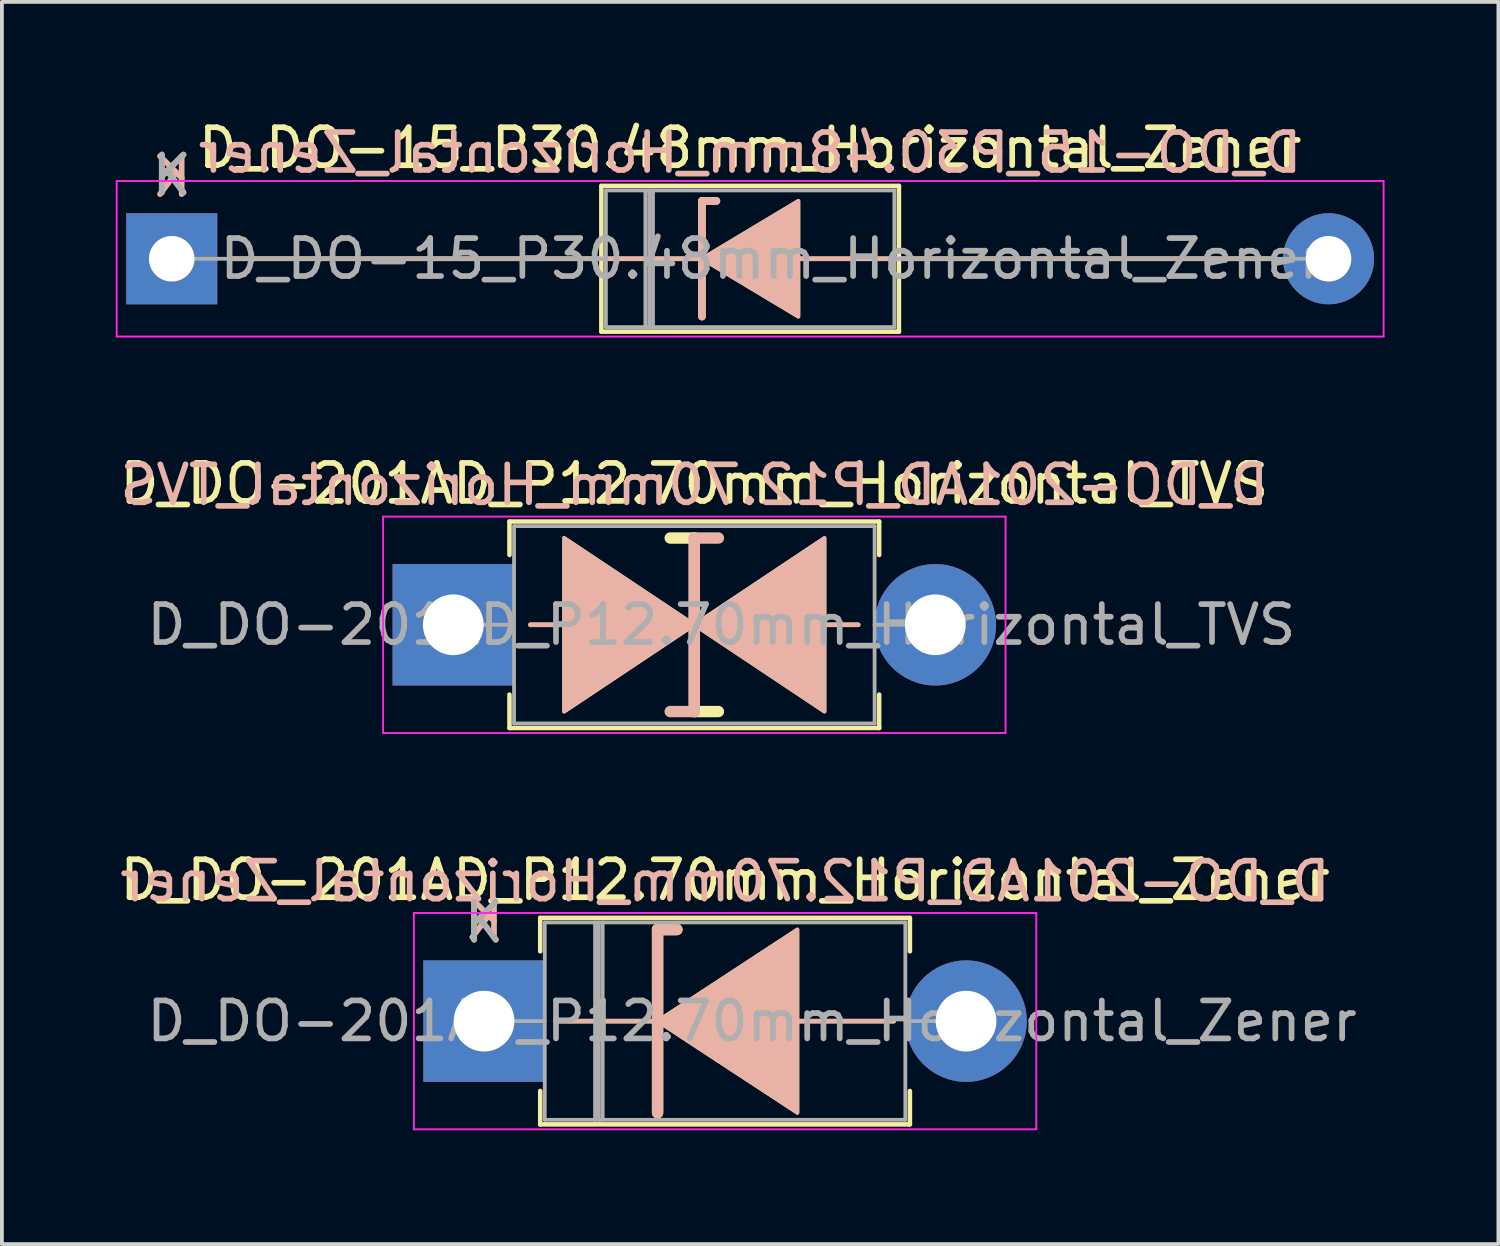
<source format=kicad_pcb>
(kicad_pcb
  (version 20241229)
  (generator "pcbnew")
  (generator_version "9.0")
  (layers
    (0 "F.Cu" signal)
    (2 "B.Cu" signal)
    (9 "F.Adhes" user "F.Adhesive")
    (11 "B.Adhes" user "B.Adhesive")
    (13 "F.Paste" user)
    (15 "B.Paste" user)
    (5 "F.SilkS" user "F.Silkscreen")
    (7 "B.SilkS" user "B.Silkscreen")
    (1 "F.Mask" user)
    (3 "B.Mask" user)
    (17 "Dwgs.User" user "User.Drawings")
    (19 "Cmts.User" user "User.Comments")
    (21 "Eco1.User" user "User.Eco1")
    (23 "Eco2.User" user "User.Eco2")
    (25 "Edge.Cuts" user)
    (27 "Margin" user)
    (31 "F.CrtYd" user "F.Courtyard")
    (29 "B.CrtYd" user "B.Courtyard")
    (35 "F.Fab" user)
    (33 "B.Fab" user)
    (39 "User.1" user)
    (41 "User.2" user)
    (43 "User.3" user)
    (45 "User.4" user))
  (footprint "D_DO-201AD_P12.70mm_Horizontal_TVS"
    (layer "F.Cu")
    (at 8.894 13.412)
    (property "Reference" "D_DO-201AD_P12.70mm_Horizontal_TVS" (at 6.35 -3.72 0) (layer "F.SilkS") (effects (font (size 1 1) (thickness 0.15))))
    (fp_line (start 1.48 -2.72) (end 11.22 -2.72) (stroke (width 0.12) (type solid)) (layer "F.SilkS"))
    (fp_line (start 1.48 -1.84) (end 1.48 -2.72) (stroke (width 0.12) (type solid)) (layer "F.SilkS"))
    (fp_line (start 1.48 1.84) (end 1.48 2.72) (stroke (width 0.12) (type solid)) (layer "F.SilkS"))
    (fp_line (start 1.48 2.72) (end 11.22 2.72) (stroke (width 0.12) (type solid)) (layer "F.SilkS"))
    (fp_line (start 2.032 0) (end 2.921 0) (stroke (width 0.12) (type solid)) (layer "F.SilkS"))
    (fp_line (start 6.35 -2.286) (end 5.715 -2.286) (stroke (width 0.3) (type solid)) (layer "F.SilkS"))
    (fp_line (start 6.35 2.286) (end 6.35 -2.286) (stroke (width 0.3) (type solid)) (layer "F.SilkS"))
    (fp_line (start 6.985 2.286) (end 6.35 2.286) (stroke (width 0.3) (type solid)) (layer "F.SilkS"))
    (fp_line (start 9.779 0) (end 10.668 0) (stroke (width 0.12) (type solid)) (layer "F.SilkS"))
    (fp_line (start 11.22 -2.72) (end 11.22 -1.84) (stroke (width 0.12) (type solid)) (layer "F.SilkS"))
    (fp_line (start 11.22 2.72) (end 11.22 1.84) (stroke (width 0.12) (type solid)) (layer "F.SilkS"))
    (fp_poly (pts (xy 6.35 0) (xy 2.921 2.286) (xy 2.921 -2.286)) (stroke (width 0.1) (type solid)) (fill yes) (layer "F.SilkS"))
    (fp_poly (pts (xy 6.35 0) (xy 9.779 -2.286) (xy 9.779 2.286)) (stroke (width 0.1) (type solid)) (fill yes) (layer "F.SilkS"))
    (fp_line (start 2.032 0) (end 2.921 0) (stroke (width 0.12) (type solid)) (layer "B.SilkS"))
    (fp_line (start 6.35 -2.286) (end 6.35 2.286) (stroke (width 0.3) (type solid)) (layer "B.SilkS"))
    (fp_line (start 6.35 2.286) (end 5.715 2.286) (stroke (width 0.3) (type solid)) (layer "B.SilkS"))
    (fp_line (start 6.985 -2.286) (end 6.35 -2.286) (stroke (width 0.3) (type solid)) (layer "B.SilkS"))
    (fp_line (start 9.779 0) (end 10.668 0) (stroke (width 0.12) (type solid)) (layer "B.SilkS"))
    (fp_poly (pts (xy 6.35 0) (xy 2.921 -2.286) (xy 2.921 2.286)) (stroke (width 0.1) (type solid)) (fill yes) (layer "B.SilkS"))
    (fp_poly (pts (xy 6.35 0) (xy 9.779 2.286) (xy 9.779 -2.286)) (stroke (width 0.1) (type solid)) (fill yes) (layer "B.SilkS"))
    (fp_line (start -1.85 -2.85) (end -1.85 2.85) (stroke (width 0.05) (type solid)) (layer "F.CrtYd"))
    (fp_line (start -1.85 2.85) (end 14.55 2.85) (stroke (width 0.05) (type solid)) (layer "F.CrtYd"))
    (fp_line (start 14.55 -2.85) (end -1.85 -2.85) (stroke (width 0.05) (type solid)) (layer "F.CrtYd"))
    (fp_line (start 14.55 2.85) (end 14.55 -2.85) (stroke (width 0.05) (type solid)) (layer "F.CrtYd"))
    (fp_line (start 0 0) (end 1.6 0) (stroke (width 0.1) (type solid)) (layer "F.Fab"))
    (fp_line (start 1.6 -2.6) (end 1.6 2.6) (stroke (width 0.1) (type solid)) (layer "F.Fab"))
    (fp_line (start 1.6 2.6) (end 11.1 2.6) (stroke (width 0.1) (type solid)) (layer "F.Fab"))
    (fp_line (start 11.1 -2.6) (end 1.6 -2.6) (stroke (width 0.1) (type solid)) (layer "F.Fab"))
    (fp_line (start 11.1 2.6) (end 11.1 -2.6) (stroke (width 0.1) (type solid)) (layer "F.Fab"))
    (fp_line (start 12.7 0) (end 11.1 0) (stroke (width 0.1) (type solid)) (layer "F.Fab"))
    (fp_text user "${REFERENCE}" (at 6.35 -3.683 0) (layer "B.SilkS") (effects (font (size 1 1) (thickness 0.15)) (justify mirror)))
    (fp_text user "${REFERENCE}" (at 7.062 0 0) (layer "F.Fab") (effects (font (size 1 1) (thickness 0.15))))
    (pad "1" thru_hole rect (at 0 0) (size 3.2 3.2) (drill 1.6) (layers "*.Cu" "*.Mask"))
    (pad "2" thru_hole oval (at 12.7 0) (size 3.2 3.2) (drill 1.6) (layers "*.Cu" "*.Mask")))
  (footprint "D_DO-201AD_P12.70mm_Horizontal_Zener"
    (layer "F.Cu")
    (at 9.704 23.855)
    (property "Reference" "D_DO-201AD_P12.70mm_Horizontal_Zener" (at 6.35 -3.72 0) (layer "F.SilkS") (effects (font (size 1 1) (thickness 0.15))))
    (fp_line (start 1.48 -2.72) (end 11.22 -2.72) (stroke (width 0.12) (type solid)) (layer "F.SilkS"))
    (fp_line (start 1.48 -1.84) (end 1.48 -2.72) (stroke (width 0.12) (type solid)) (layer "F.SilkS"))
    (fp_line (start 1.48 1.84) (end 1.48 2.72) (stroke (width 0.12) (type solid)) (layer "F.SilkS"))
    (fp_line (start 1.48 2.72) (end 11.22 2.72) (stroke (width 0.12) (type solid)) (layer "F.SilkS"))
    (fp_line (start 4.445 0) (end 1.905 0) (stroke (width 0.12) (type solid)) (layer "F.SilkS"))
    (fp_line (start 4.572 -2.413) (end 4.572 2.413) (stroke (width 0.3) (type solid)) (layer "F.SilkS"))
    (fp_line (start 4.572 -2.413) (end 5.08 -2.413) (stroke (width 0.3) (type solid)) (layer "F.SilkS"))
    (fp_line (start 8.255 0) (end 10.795 0) (stroke (width 0.12) (type solid)) (layer "F.SilkS"))
    (fp_line (start 11.22 -2.72) (end 11.22 -1.84) (stroke (width 0.12) (type solid)) (layer "F.SilkS"))
    (fp_line (start 11.22 2.72) (end 11.22 1.84) (stroke (width 0.12) (type solid)) (layer "F.SilkS"))
    (fp_poly (pts (xy 8.255 2.413) (xy 4.572 0) (xy 8.255 -2.413)) (stroke (width 0.1) (type solid)) (fill yes) (layer "F.SilkS"))
    (fp_line (start 4.445 0) (end 1.905 0) (stroke (width 0.12) (type solid)) (layer "B.SilkS"))
    (fp_line (start 4.572 -2.413) (end 5.08 -2.413) (stroke (width 0.3) (type solid)) (layer "B.SilkS"))
    (fp_line (start 4.572 2.413) (end 4.572 -2.413) (stroke (width 0.3) (type solid)) (layer "B.SilkS"))
    (fp_line (start 8.255 0) (end 10.795 0) (stroke (width 0.12) (type solid)) (layer "B.SilkS"))
    (fp_poly (pts (xy 8.255 -2.413) (xy 4.572 0) (xy 8.255 2.413)) (stroke (width 0.1) (type solid)) (fill yes) (layer "B.SilkS"))
    (fp_line (start -1.85 -2.85) (end -1.85 2.85) (stroke (width 0.05) (type solid)) (layer "F.CrtYd"))
    (fp_line (start -1.85 2.85) (end 14.55 2.85) (stroke (width 0.05) (type solid)) (layer "F.CrtYd"))
    (fp_line (start 14.55 -2.85) (end -1.85 -2.85) (stroke (width 0.05) (type solid)) (layer "F.CrtYd"))
    (fp_line (start 14.55 2.85) (end 14.55 -2.85) (stroke (width 0.05) (type solid)) (layer "F.CrtYd"))
    (fp_line (start 0 0) (end 1.6 0) (stroke (width 0.1) (type solid)) (layer "F.Fab"))
    (fp_line (start 1.6 -2.6) (end 1.6 2.6) (stroke (width 0.1) (type solid)) (layer "F.Fab"))
    (fp_line (start 1.6 2.6) (end 11.1 2.6) (stroke (width 0.1) (type solid)) (layer "F.Fab"))
    (fp_line (start 2.925 -2.6) (end 2.925 2.6) (stroke (width 0.1) (type solid)) (layer "F.Fab"))
    (fp_line (start 3.025 -2.6) (end 3.025 2.6) (stroke (width 0.1) (type solid)) (layer "F.Fab"))
    (fp_line (start 3.125 -2.6) (end 3.125 2.6) (stroke (width 0.1) (type solid)) (layer "F.Fab"))
    (fp_line (start 11.1 -2.6) (end 1.6 -2.6) (stroke (width 0.1) (type solid)) (layer "F.Fab"))
    (fp_line (start 11.1 2.6) (end 11.1 -2.6) (stroke (width 0.1) (type solid)) (layer "F.Fab"))
    (fp_line (start 12.7 0) (end 11.1 0) (stroke (width 0.1) (type solid)) (layer "F.Fab"))
    (fp_text user "K" (at 0 -2.6 0) (layer "F.SilkS") (effects (font (size 1 1) (thickness 0.15))))
    (fp_text user "K" (at 0 -2.667 0) (layer "B.SilkS") (effects (font (size 1 1) (thickness 0.15)) (justify mirror)))
    (fp_text user "${REFERENCE}" (at 6.35 -3.683 0) (layer "B.SilkS") (effects (font (size 1 1) (thickness 0.15)) (justify mirror)))
    (fp_text user "K" (at 0 -2.6 0) (layer "F.Fab") (effects (font (size 1 1) (thickness 0.15))))
    (fp_text user "${REFERENCE}" (at 7.062 0 0) (layer "F.Fab") (effects (font (size 1 1) (thickness 0.15))))
    (pad "1" thru_hole rect (at 0 0) (size 3.2 3.2) (drill 1.6) (layers "*.Cu" "*.Mask"))
    (pad "2" thru_hole oval (at 12.7 0) (size 3.2 3.2) (drill 1.6) (layers "*.Cu" "*.Mask")))
  (footprint "D_DO-15_P30.48mm_Horizontal_Zener"
    (layer "F.Cu")
    (at 1.475 3.768)
    (property "Reference" "D_DO-15_P30.48mm_Horizontal_Zener" (at 15.24 -2.92 0) (layer "F.SilkS") (effects (font (size 1 1) (thickness 0.15))))
    (fp_line (start 1.524 0) (end 11.32 0) (stroke (width 0.12) (type solid)) (layer "F.SilkS"))
    (fp_line (start 11.32 -1.92) (end 11.32 1.92) (stroke (width 0.12) (type solid)) (layer "F.SilkS"))
    (fp_line (start 11.32 1.92) (end 19.16 1.92) (stroke (width 0.12) (type solid)) (layer "F.SilkS"))
    (fp_line (start 13.97 -1.524) (end 13.97 1.524) (stroke (width 0.2) (type solid)) (layer "F.SilkS"))
    (fp_line (start 13.97 -1.524) (end 14.351 -1.524) (stroke (width 0.2) (type solid)) (layer "F.SilkS"))
    (fp_line (start 13.97 0) (end 11.32 0) (stroke (width 0.12) (type solid)) (layer "F.SilkS"))
    (fp_line (start 19.16 -1.92) (end 11.32 -1.92) (stroke (width 0.12) (type solid)) (layer "F.SilkS"))
    (fp_line (start 19.16 0) (end 16.51 0) (stroke (width 0.12) (type solid)) (layer "F.SilkS"))
    (fp_line (start 19.16 1.92) (end 19.16 -1.92) (stroke (width 0.12) (type solid)) (layer "F.SilkS"))
    (fp_line (start 28.956 0) (end 19.16 0) (stroke (width 0.12) (type solid)) (layer "F.SilkS"))
    (fp_poly (pts (xy 16.51 1.524) (xy 13.97 0) (xy 16.51 -1.524)) (stroke (width 0.1) (type solid)) (fill yes) (layer "F.SilkS"))
    (fp_line (start 1.524 0) (end 11.32 0) (stroke (width 0.12) (type solid)) (layer "B.SilkS"))
    (fp_line (start 13.97 -1.524) (end 14.351 -1.524) (stroke (width 0.2) (type solid)) (layer "B.SilkS"))
    (fp_line (start 13.97 0) (end 11.32 0) (stroke (width 0.12) (type solid)) (layer "B.SilkS"))
    (fp_line (start 13.97 1.524) (end 13.97 -1.524) (stroke (width 0.2) (type solid)) (layer "B.SilkS"))
    (fp_line (start 19.16 0) (end 16.51 0) (stroke (width 0.12) (type solid)) (layer "B.SilkS"))
    (fp_line (start 28.956 0) (end 19.16 0) (stroke (width 0.12) (type solid)) (layer "B.SilkS"))
    (fp_poly (pts (xy 16.51 -1.524) (xy 13.97 0) (xy 16.51 1.524)) (stroke (width 0.1) (type solid)) (fill yes) (layer "B.SilkS"))
    (fp_line (start -1.45 -2.05) (end -1.45 2.05) (stroke (width 0.05) (type solid)) (layer "F.CrtYd"))
    (fp_line (start -1.45 2.05) (end 31.93 2.05) (stroke (width 0.05) (type solid)) (layer "F.CrtYd"))
    (fp_line (start 31.93 -2.05) (end -1.45 -2.05) (stroke (width 0.05) (type solid)) (layer "F.CrtYd"))
    (fp_line (start 31.93 2.05) (end 31.93 -2.05) (stroke (width 0.05) (type solid)) (layer "F.CrtYd"))
    (fp_line (start 0 0) (end 11.44 0) (stroke (width 0.1) (type solid)) (layer "F.Fab"))
    (fp_line (start 11.44 -1.8) (end 11.44 1.8) (stroke (width 0.1) (type solid)) (layer "F.Fab"))
    (fp_line (start 11.44 1.8) (end 19.04 1.8) (stroke (width 0.1) (type solid)) (layer "F.Fab"))
    (fp_line (start 12.48 -1.8) (end 12.48 1.8) (stroke (width 0.1) (type solid)) (layer "F.Fab"))
    (fp_line (start 12.58 -1.8) (end 12.58 1.8) (stroke (width 0.1) (type solid)) (layer "F.Fab"))
    (fp_line (start 12.68 -1.8) (end 12.68 1.8) (stroke (width 0.1) (type solid)) (layer "F.Fab"))
    (fp_line (start 19.04 -1.8) (end 11.44 -1.8) (stroke (width 0.1) (type solid)) (layer "F.Fab"))
    (fp_line (start 19.04 1.8) (end 19.04 -1.8) (stroke (width 0.1) (type solid)) (layer "F.Fab"))
    (fp_line (start 30.48 0) (end 19.04 0) (stroke (width 0.1) (type solid)) (layer "F.Fab"))
    (fp_text user "K" (at 0 -2.2 0) (layer "F.SilkS") (effects (font (size 1 1) (thickness 0.15))))
    (fp_text user "K" (at 0 -2.159 0) (layer "B.SilkS") (effects (font (size 1 1) (thickness 0.15)) (justify mirror)))
    (fp_text user "${REFERENCE}" (at 15.24 -2.794 0) (layer "B.SilkS") (effects (font (size 1 1) (thickness 0.15)) (justify mirror)))
    (fp_text user "${REFERENCE}" (at 15.81 0 0) (layer "F.Fab") (effects (font (size 1 1) (thickness 0.15))))
    (fp_text user "K" (at 0 -2.2 0) (layer "F.Fab") (effects (font (size 1 1) (thickness 0.15))))
    (pad "1" thru_hole rect (at 0 0) (size 2.4 2.4) (drill 1.2) (layers "*.Cu" "*.Mask"))
    (pad "2" thru_hole oval (at 30.48 0) (size 2.4 2.4) (drill 1.2) (layers "*.Cu" "*.Mask")))
  (gr_rect
    (start -3 -3)
    (end 36.43 29.73)
    (stroke (width 0.1) (type default))
    (fill no)
    (layer "Edge.Cuts")))
</source>
